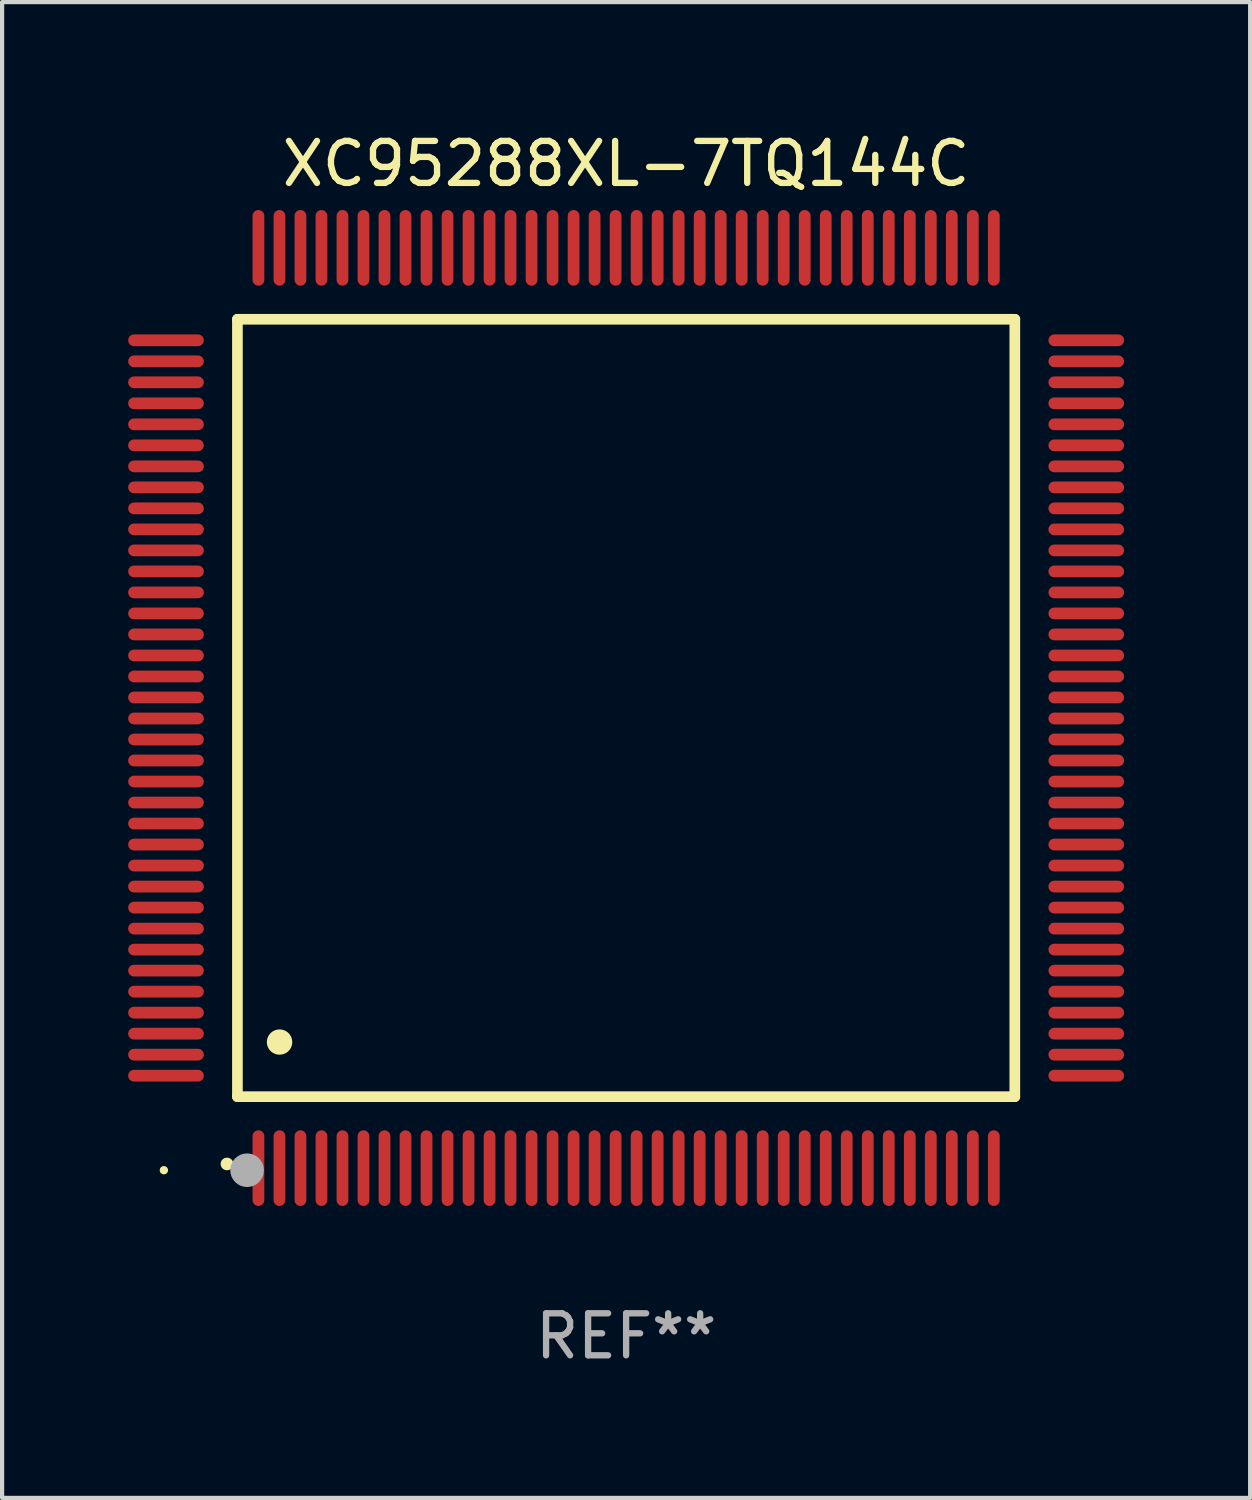
<source format=kicad_pcb>
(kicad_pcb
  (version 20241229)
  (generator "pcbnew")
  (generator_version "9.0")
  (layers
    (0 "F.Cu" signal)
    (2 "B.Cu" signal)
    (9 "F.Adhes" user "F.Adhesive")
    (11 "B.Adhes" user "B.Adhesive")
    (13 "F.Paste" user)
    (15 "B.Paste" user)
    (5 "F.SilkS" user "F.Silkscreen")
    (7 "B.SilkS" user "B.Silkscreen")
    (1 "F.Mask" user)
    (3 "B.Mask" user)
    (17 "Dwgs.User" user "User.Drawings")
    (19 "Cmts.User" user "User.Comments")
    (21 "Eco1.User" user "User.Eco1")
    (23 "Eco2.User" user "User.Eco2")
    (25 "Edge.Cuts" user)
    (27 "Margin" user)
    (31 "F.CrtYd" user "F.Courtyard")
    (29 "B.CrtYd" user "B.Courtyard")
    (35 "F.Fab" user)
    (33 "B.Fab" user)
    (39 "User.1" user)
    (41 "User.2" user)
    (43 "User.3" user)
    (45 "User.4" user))
  (footprint "XC95288XL-7TQ144C"
    (layer "F.Cu")
    (at 11.85 13.798)
    (property "Reference" "XC95288XL-7TQ144C" (at 0 -12.95 0) (layer "F.SilkS") (effects (font (size 1 1) (thickness 0.15))))
    (attr through_hole)
    (fp_line (start -9.25 -9.25) (end -9.25 9.25) (stroke (width 0.254) (type solid)) (layer "F.SilkS"))
    (fp_line (start -9.25 9.25) (end 9.25 9.25) (stroke (width 0.254) (type solid)) (layer "F.SilkS"))
    (fp_line (start 9.25 -9.25) (end -9.25 -9.25) (stroke (width 0.254) (type solid)) (layer "F.SilkS"))
    (fp_line (start 9.25 9.25) (end 9.25 -9.25) (stroke (width 0.254) (type solid)) (layer "F.SilkS"))
    (fp_arc (start -9.499619 10.850902) (mid -9.498349 10.850897) (end -9.497079 10.850902) (stroke (width 0.3) (type solid)) (layer "F.SilkS"))
    (fp_arc (start -8.249936 7.950216) (mid -8.247396 7.950205) (end -8.244856 7.950216) (stroke (width 0.6) (type solid)) (layer "F.SilkS"))
    (fp_circle (center -11 11) (end -10.95 11) (stroke (width 0.1) (type solid)) (fill no) (layer "F.SilkS"))
    (fp_circle (center -9.02 11) (end -8.82 11) (stroke (width 0.4) (type solid)) (fill no) (layer "F.Fab"))
    (fp_text user "REF**" (at 0 14.95 0) (layer "F.Fab") (effects (font (size 1 1) (thickness 0.15))))
    (pad "1" smd oval (at -8.75 10.95) (size 0.28 1.8) (layers "F.Cu" "F.Mask" "F.Paste"))
    (pad "2" smd oval (at -8.25 10.95) (size 0.28 1.8) (layers "F.Cu" "F.Mask" "F.Paste"))
    (pad "3" smd oval (at -7.75 10.95) (size 0.28 1.8) (layers "F.Cu" "F.Mask" "F.Paste"))
    (pad "4" smd oval (at -7.25 10.95) (size 0.28 1.8) (layers "F.Cu" "F.Mask" "F.Paste"))
    (pad "5" smd oval (at -6.75 10.95) (size 0.28 1.8) (layers "F.Cu" "F.Mask" "F.Paste"))
    (pad "6" smd oval (at -6.25 10.95) (size 0.28 1.8) (layers "F.Cu" "F.Mask" "F.Paste"))
    (pad "7" smd oval (at -5.75 10.95) (size 0.28 1.8) (layers "F.Cu" "F.Mask" "F.Paste"))
    (pad "8" smd oval (at -5.25 10.95) (size 0.28 1.8) (layers "F.Cu" "F.Mask" "F.Paste"))
    (pad "9" smd oval (at -4.75 10.95) (size 0.28 1.8) (layers "F.Cu" "F.Mask" "F.Paste"))
    (pad "10" smd oval (at -4.25 10.95) (size 0.28 1.8) (layers "F.Cu" "F.Mask" "F.Paste"))
    (pad "11" smd oval (at -3.75 10.95) (size 0.28 1.8) (layers "F.Cu" "F.Mask" "F.Paste"))
    (pad "12" smd oval (at -3.25 10.95) (size 0.28 1.8) (layers "F.Cu" "F.Mask" "F.Paste"))
    (pad "13" smd oval (at -2.75 10.95) (size 0.28 1.8) (layers "F.Cu" "F.Mask" "F.Paste"))
    (pad "14" smd oval (at -2.25 10.95) (size 0.28 1.8) (layers "F.Cu" "F.Mask" "F.Paste"))
    (pad "15" smd oval (at -1.75 10.95) (size 0.28 1.8) (layers "F.Cu" "F.Mask" "F.Paste"))
    (pad "16" smd oval (at -1.25 10.95) (size 0.28 1.8) (layers "F.Cu" "F.Mask" "F.Paste"))
    (pad "17" smd oval (at -0.75 10.95) (size 0.28 1.8) (layers "F.Cu" "F.Mask" "F.Paste"))
    (pad "18" smd oval (at -0.25 10.95) (size 0.28 1.8) (layers "F.Cu" "F.Mask" "F.Paste"))
    (pad "19" smd oval (at 0.25 10.95) (size 0.28 1.8) (layers "F.Cu" "F.Mask" "F.Paste"))
    (pad "20" smd oval (at 0.75 10.95) (size 0.28 1.8) (layers "F.Cu" "F.Mask" "F.Paste"))
    (pad "21" smd oval (at 1.25 10.95) (size 0.28 1.8) (layers "F.Cu" "F.Mask" "F.Paste"))
    (pad "22" smd oval (at 1.75 10.95) (size 0.28 1.8) (layers "F.Cu" "F.Mask" "F.Paste"))
    (pad "23" smd oval (at 2.25 10.95) (size 0.28 1.8) (layers "F.Cu" "F.Mask" "F.Paste"))
    (pad "24" smd oval (at 2.75 10.95) (size 0.28 1.8) (layers "F.Cu" "F.Mask" "F.Paste"))
    (pad "25" smd oval (at 3.25 10.95) (size 0.28 1.8) (layers "F.Cu" "F.Mask" "F.Paste"))
    (pad "26" smd oval (at 3.75 10.95) (size 0.28 1.8) (layers "F.Cu" "F.Mask" "F.Paste"))
    (pad "27" smd oval (at 4.25 10.95) (size 0.28 1.8) (layers "F.Cu" "F.Mask" "F.Paste"))
    (pad "28" smd oval (at 4.75 10.95) (size 0.28 1.8) (layers "F.Cu" "F.Mask" "F.Paste"))
    (pad "29" smd oval (at 5.25 10.95) (size 0.28 1.8) (layers "F.Cu" "F.Mask" "F.Paste"))
    (pad "30" smd oval (at 5.75 10.95) (size 0.28 1.8) (layers "F.Cu" "F.Mask" "F.Paste"))
    (pad "31" smd oval (at 6.25 10.95) (size 0.28 1.8) (layers "F.Cu" "F.Mask" "F.Paste"))
    (pad "32" smd oval (at 6.75 10.95) (size 0.28 1.8) (layers "F.Cu" "F.Mask" "F.Paste"))
    (pad "33" smd oval (at 7.25 10.95) (size 0.28 1.8) (layers "F.Cu" "F.Mask" "F.Paste"))
    (pad "34" smd oval (at 7.75 10.95) (size 0.28 1.8) (layers "F.Cu" "F.Mask" "F.Paste"))
    (pad "35" smd oval (at 8.25 10.95) (size 0.28 1.8) (layers "F.Cu" "F.Mask" "F.Paste"))
    (pad "36" smd oval (at 8.75 10.95) (size 0.28 1.8) (layers "F.Cu" "F.Mask" "F.Paste"))
    (pad "37" smd oval (at 10.95 8.75) (size 1.8 0.28) (layers "F.Cu" "F.Mask" "F.Paste"))
    (pad "38" smd oval (at 10.95 8.25) (size 1.8 0.28) (layers "F.Cu" "F.Mask" "F.Paste"))
    (pad "39" smd oval (at 10.95 7.75) (size 1.8 0.28) (layers "F.Cu" "F.Mask" "F.Paste"))
    (pad "40" smd oval (at 10.95 7.25) (size 1.8 0.28) (layers "F.Cu" "F.Mask" "F.Paste"))
    (pad "41" smd oval (at 10.95 6.75) (size 1.8 0.28) (layers "F.Cu" "F.Mask" "F.Paste"))
    (pad "42" smd oval (at 10.95 6.25) (size 1.8 0.28) (layers "F.Cu" "F.Mask" "F.Paste"))
    (pad "43" smd oval (at 10.95 5.75) (size 1.8 0.28) (layers "F.Cu" "F.Mask" "F.Paste"))
    (pad "44" smd oval (at 10.95 5.25) (size 1.8 0.28) (layers "F.Cu" "F.Mask" "F.Paste"))
    (pad "45" smd oval (at 10.95 4.75) (size 1.8 0.28) (layers "F.Cu" "F.Mask" "F.Paste"))
    (pad "46" smd oval (at 10.95 4.25) (size 1.8 0.28) (layers "F.Cu" "F.Mask" "F.Paste"))
    (pad "47" smd oval (at 10.95 3.75) (size 1.8 0.28) (layers "F.Cu" "F.Mask" "F.Paste"))
    (pad "48" smd oval (at 10.95 3.25) (size 1.8 0.28) (layers "F.Cu" "F.Mask" "F.Paste"))
    (pad "49" smd oval (at 10.95 2.75) (size 1.8 0.28) (layers "F.Cu" "F.Mask" "F.Paste"))
    (pad "50" smd oval (at 10.95 2.25) (size 1.8 0.28) (layers "F.Cu" "F.Mask" "F.Paste"))
    (pad "51" smd oval (at 10.95 1.75) (size 1.8 0.28) (layers "F.Cu" "F.Mask" "F.Paste"))
    (pad "52" smd oval (at 10.95 1.25) (size 1.8 0.28) (layers "F.Cu" "F.Mask" "F.Paste"))
    (pad "53" smd oval (at 10.95 0.75) (size 1.8 0.28) (layers "F.Cu" "F.Mask" "F.Paste"))
    (pad "54" smd oval (at 10.95 0.25) (size 1.8 0.28) (layers "F.Cu" "F.Mask" "F.Paste"))
    (pad "55" smd oval (at 10.95 -0.25) (size 1.8 0.28) (layers "F.Cu" "F.Mask" "F.Paste"))
    (pad "56" smd oval (at 10.95 -0.75) (size 1.8 0.28) (layers "F.Cu" "F.Mask" "F.Paste"))
    (pad "57" smd oval (at 10.95 -1.25) (size 1.8 0.28) (layers "F.Cu" "F.Mask" "F.Paste"))
    (pad "58" smd oval (at 10.95 -1.75) (size 1.8 0.28) (layers "F.Cu" "F.Mask" "F.Paste"))
    (pad "59" smd oval (at 10.95 -2.25) (size 1.8 0.28) (layers "F.Cu" "F.Mask" "F.Paste"))
    (pad "60" smd oval (at 10.95 -2.75) (size 1.8 0.28) (layers "F.Cu" "F.Mask" "F.Paste"))
    (pad "61" smd oval (at 10.95 -3.25) (size 1.8 0.28) (layers "F.Cu" "F.Mask" "F.Paste"))
    (pad "62" smd oval (at 10.95 -3.75) (size 1.8 0.28) (layers "F.Cu" "F.Mask" "F.Paste"))
    (pad "63" smd oval (at 10.95 -4.25) (size 1.8 0.28) (layers "F.Cu" "F.Mask" "F.Paste"))
    (pad "64" smd oval (at 10.95 -4.75) (size 1.8 0.28) (layers "F.Cu" "F.Mask" "F.Paste"))
    (pad "65" smd oval (at 10.95 -5.25) (size 1.8 0.28) (layers "F.Cu" "F.Mask" "F.Paste"))
    (pad "66" smd oval (at 10.95 -5.75) (size 1.8 0.28) (layers "F.Cu" "F.Mask" "F.Paste"))
    (pad "67" smd oval (at 10.95 -6.25) (size 1.8 0.28) (layers "F.Cu" "F.Mask" "F.Paste"))
    (pad "68" smd oval (at 10.95 -6.75) (size 1.8 0.28) (layers "F.Cu" "F.Mask" "F.Paste"))
    (pad "69" smd oval (at 10.95 -7.25) (size 1.8 0.28) (layers "F.Cu" "F.Mask" "F.Paste"))
    (pad "70" smd oval (at 10.95 -7.75) (size 1.8 0.28) (layers "F.Cu" "F.Mask" "F.Paste"))
    (pad "71" smd oval (at 10.95 -8.25) (size 1.8 0.28) (layers "F.Cu" "F.Mask" "F.Paste"))
    (pad "72" smd oval (at 10.95 -8.75) (size 1.8 0.28) (layers "F.Cu" "F.Mask" "F.Paste"))
    (pad "73" smd oval (at 8.75 -10.95) (size 0.28 1.8) (layers "F.Cu" "F.Mask" "F.Paste"))
    (pad "74" smd oval (at 8.25 -10.95) (size 0.28 1.8) (layers "F.Cu" "F.Mask" "F.Paste"))
    (pad "75" smd oval (at 7.75 -10.95) (size 0.28 1.8) (layers "F.Cu" "F.Mask" "F.Paste"))
    (pad "76" smd oval (at 7.25 -10.95) (size 0.28 1.8) (layers "F.Cu" "F.Mask" "F.Paste"))
    (pad "77" smd oval (at 6.75 -10.95) (size 0.28 1.8) (layers "F.Cu" "F.Mask" "F.Paste"))
    (pad "78" smd oval (at 6.25 -10.95) (size 0.28 1.8) (layers "F.Cu" "F.Mask" "F.Paste"))
    (pad "79" smd oval (at 5.75 -10.95) (size 0.28 1.8) (layers "F.Cu" "F.Mask" "F.Paste"))
    (pad "80" smd oval (at 5.25 -10.95) (size 0.28 1.8) (layers "F.Cu" "F.Mask" "F.Paste"))
    (pad "81" smd oval (at 4.75 -10.95) (size 0.28 1.8) (layers "F.Cu" "F.Mask" "F.Paste"))
    (pad "82" smd oval (at 4.25 -10.95) (size 0.28 1.8) (layers "F.Cu" "F.Mask" "F.Paste"))
    (pad "83" smd oval (at 3.75 -10.95) (size 0.28 1.8) (layers "F.Cu" "F.Mask" "F.Paste"))
    (pad "84" smd oval (at 3.25 -10.95) (size 0.28 1.8) (layers "F.Cu" "F.Mask" "F.Paste"))
    (pad "85" smd oval (at 2.75 -10.95) (size 0.28 1.8) (layers "F.Cu" "F.Mask" "F.Paste"))
    (pad "86" smd oval (at 2.25 -10.95) (size 0.28 1.8) (layers "F.Cu" "F.Mask" "F.Paste"))
    (pad "87" smd oval (at 1.75 -10.95) (size 0.28 1.8) (layers "F.Cu" "F.Mask" "F.Paste"))
    (pad "88" smd oval (at 1.25 -10.95) (size 0.28 1.8) (layers "F.Cu" "F.Mask" "F.Paste"))
    (pad "89" smd oval (at 0.75 -10.95) (size 0.28 1.8) (layers "F.Cu" "F.Mask" "F.Paste"))
    (pad "90" smd oval (at 0.25 -10.95) (size 0.28 1.8) (layers "F.Cu" "F.Mask" "F.Paste"))
    (pad "91" smd oval (at -0.25 -10.95) (size 0.28 1.8) (layers "F.Cu" "F.Mask" "F.Paste"))
    (pad "92" smd oval (at -0.75 -10.95) (size 0.28 1.8) (layers "F.Cu" "F.Mask" "F.Paste"))
    (pad "93" smd oval (at -1.25 -10.95) (size 0.28 1.8) (layers "F.Cu" "F.Mask" "F.Paste"))
    (pad "94" smd oval (at -1.75 -10.95) (size 0.28 1.8) (layers "F.Cu" "F.Mask" "F.Paste"))
    (pad "95" smd oval (at -2.25 -10.95) (size 0.28 1.8) (layers "F.Cu" "F.Mask" "F.Paste"))
    (pad "96" smd oval (at -2.75 -10.95) (size 0.28 1.8) (layers "F.Cu" "F.Mask" "F.Paste"))
    (pad "97" smd oval (at -3.25 -10.95) (size 0.28 1.8) (layers "F.Cu" "F.Mask" "F.Paste"))
    (pad "98" smd oval (at -3.75 -10.95) (size 0.28 1.8) (layers "F.Cu" "F.Mask" "F.Paste"))
    (pad "99" smd oval (at -4.25 -10.95) (size 0.28 1.8) (layers "F.Cu" "F.Mask" "F.Paste"))
    (pad "100" smd oval (at -4.75 -10.95) (size 0.28 1.8) (layers "F.Cu" "F.Mask" "F.Paste"))
    (pad "101" smd oval (at -5.25 -10.95) (size 0.28 1.8) (layers "F.Cu" "F.Mask" "F.Paste"))
    (pad "102" smd oval (at -5.75 -10.95) (size 0.28 1.8) (layers "F.Cu" "F.Mask" "F.Paste"))
    (pad "103" smd oval (at -6.25 -10.95) (size 0.28 1.8) (layers "F.Cu" "F.Mask" "F.Paste"))
    (pad "104" smd oval (at -6.75 -10.95) (size 0.28 1.8) (layers "F.Cu" "F.Mask" "F.Paste"))
    (pad "105" smd oval (at -7.25 -10.95) (size 0.28 1.8) (layers "F.Cu" "F.Mask" "F.Paste"))
    (pad "106" smd oval (at -7.75 -10.95) (size 0.28 1.8) (layers "F.Cu" "F.Mask" "F.Paste"))
    (pad "107" smd oval (at -8.25 -10.95) (size 0.28 1.8) (layers "F.Cu" "F.Mask" "F.Paste"))
    (pad "108" smd oval (at -8.75 -10.95) (size 0.28 1.8) (layers "F.Cu" "F.Mask" "F.Paste"))
    (pad "109" smd oval (at -10.95 -8.75) (size 1.8 0.28) (layers "F.Cu" "F.Mask" "F.Paste"))
    (pad "110" smd oval (at -10.95 -8.25) (size 1.8 0.28) (layers "F.Cu" "F.Mask" "F.Paste"))
    (pad "111" smd oval (at -10.95 -7.75) (size 1.8 0.28) (layers "F.Cu" "F.Mask" "F.Paste"))
    (pad "112" smd oval (at -10.95 -7.25) (size 1.8 0.28) (layers "F.Cu" "F.Mask" "F.Paste"))
    (pad "113" smd oval (at -10.95 -6.75) (size 1.8 0.28) (layers "F.Cu" "F.Mask" "F.Paste"))
    (pad "114" smd oval (at -10.95 -6.25) (size 1.8 0.28) (layers "F.Cu" "F.Mask" "F.Paste"))
    (pad "115" smd oval (at -10.95 -5.75) (size 1.8 0.28) (layers "F.Cu" "F.Mask" "F.Paste"))
    (pad "116" smd oval (at -10.95 -5.25) (size 1.8 0.28) (layers "F.Cu" "F.Mask" "F.Paste"))
    (pad "117" smd oval (at -10.95 -4.75) (size 1.8 0.28) (layers "F.Cu" "F.Mask" "F.Paste"))
    (pad "118" smd oval (at -10.95 -4.25) (size 1.8 0.28) (layers "F.Cu" "F.Mask" "F.Paste"))
    (pad "119" smd oval (at -10.95 -3.75) (size 1.8 0.28) (layers "F.Cu" "F.Mask" "F.Paste"))
    (pad "120" smd oval (at -10.95 -3.25) (size 1.8 0.28) (layers "F.Cu" "F.Mask" "F.Paste"))
    (pad "121" smd oval (at -10.95 -2.75) (size 1.8 0.28) (layers "F.Cu" "F.Mask" "F.Paste"))
    (pad "122" smd oval (at -10.95 -2.25) (size 1.8 0.28) (layers "F.Cu" "F.Mask" "F.Paste"))
    (pad "123" smd oval (at -10.95 -1.75) (size 1.8 0.28) (layers "F.Cu" "F.Mask" "F.Paste"))
    (pad "124" smd oval (at -10.95 -1.25) (size 1.8 0.28) (layers "F.Cu" "F.Mask" "F.Paste"))
    (pad "125" smd oval (at -10.95 -0.75) (size 1.8 0.28) (layers "F.Cu" "F.Mask" "F.Paste"))
    (pad "126" smd oval (at -10.95 -0.25) (size 1.8 0.28) (layers "F.Cu" "F.Mask" "F.Paste"))
    (pad "127" smd oval (at -10.95 0.25) (size 1.8 0.28) (layers "F.Cu" "F.Mask" "F.Paste"))
    (pad "128" smd oval (at -10.95 0.75) (size 1.8 0.28) (layers "F.Cu" "F.Mask" "F.Paste"))
    (pad "129" smd oval (at -10.95 1.25) (size 1.8 0.28) (layers "F.Cu" "F.Mask" "F.Paste"))
    (pad "130" smd oval (at -10.95 1.75) (size 1.8 0.28) (layers "F.Cu" "F.Mask" "F.Paste"))
    (pad "131" smd oval (at -10.95 2.25) (size 1.8 0.28) (layers "F.Cu" "F.Mask" "F.Paste"))
    (pad "132" smd oval (at -10.95 2.75) (size 1.8 0.28) (layers "F.Cu" "F.Mask" "F.Paste"))
    (pad "133" smd oval (at -10.95 3.25) (size 1.8 0.28) (layers "F.Cu" "F.Mask" "F.Paste"))
    (pad "134" smd oval (at -10.95 3.75) (size 1.8 0.28) (layers "F.Cu" "F.Mask" "F.Paste"))
    (pad "135" smd oval (at -10.95 4.25) (size 1.8 0.28) (layers "F.Cu" "F.Mask" "F.Paste"))
    (pad "136" smd oval (at -10.95 4.75) (size 1.8 0.28) (layers "F.Cu" "F.Mask" "F.Paste"))
    (pad "137" smd oval (at -10.95 5.25) (size 1.8 0.28) (layers "F.Cu" "F.Mask" "F.Paste"))
    (pad "138" smd oval (at -10.95 5.75) (size 1.8 0.28) (layers "F.Cu" "F.Mask" "F.Paste"))
    (pad "139" smd oval (at -10.95 6.25) (size 1.8 0.28) (layers "F.Cu" "F.Mask" "F.Paste"))
    (pad "140" smd oval (at -10.95 6.75) (size 1.8 0.28) (layers "F.Cu" "F.Mask" "F.Paste"))
    (pad "141" smd oval (at -10.95 7.25) (size 1.8 0.28) (layers "F.Cu" "F.Mask" "F.Paste"))
    (pad "142" smd oval (at -10.95 7.75) (size 1.8 0.28) (layers "F.Cu" "F.Mask" "F.Paste"))
    (pad "143" smd oval (at -10.95 8.25) (size 1.8 0.28) (layers "F.Cu" "F.Mask" "F.Paste"))
    (pad "144" smd oval (at -10.95 8.75) (size 1.8 0.28) (layers "F.Cu" "F.Mask" "F.Paste")))
  (gr_rect
    (start -3 -3)
    (end 26.7 32.596)
    (stroke (width 0.1) (type default))
    (fill no)
    (layer "Edge.Cuts")))
</source>
